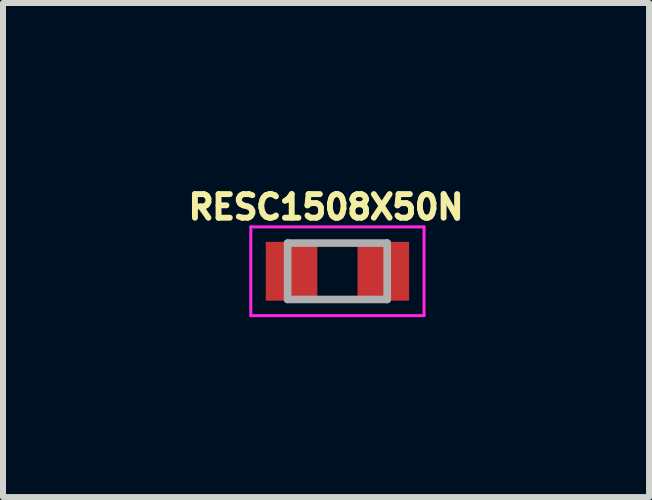
<source format=kicad_pcb>
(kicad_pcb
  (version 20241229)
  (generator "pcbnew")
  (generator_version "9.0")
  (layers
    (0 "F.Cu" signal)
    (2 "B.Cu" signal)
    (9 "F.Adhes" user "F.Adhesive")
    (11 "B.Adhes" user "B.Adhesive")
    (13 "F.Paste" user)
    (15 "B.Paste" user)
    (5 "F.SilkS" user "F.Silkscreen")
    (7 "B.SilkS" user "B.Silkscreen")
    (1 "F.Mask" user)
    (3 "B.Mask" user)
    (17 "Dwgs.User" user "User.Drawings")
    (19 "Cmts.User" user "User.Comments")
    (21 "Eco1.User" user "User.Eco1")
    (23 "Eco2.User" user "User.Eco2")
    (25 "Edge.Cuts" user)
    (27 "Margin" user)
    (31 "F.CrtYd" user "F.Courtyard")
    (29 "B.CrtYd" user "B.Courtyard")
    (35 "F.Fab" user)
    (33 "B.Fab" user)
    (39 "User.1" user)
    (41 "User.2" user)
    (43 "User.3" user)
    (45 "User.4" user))
  (footprint "RESC1508X50N"
    (layer "F.Cu")
    (at 2.576 1.473)
    (property "Reference" "RESC1508X50N" (at -0.19 -1.07 0) (layer "F.SilkS") (effects (font (size 0.394 0.394) (thickness 0.15))))
    (attr smd)
    (fp_line (start -1.444 -0.74) (end 1.444 -0.74) (stroke (width 0.05) (type solid)) (layer "F.CrtYd"))
    (fp_line (start -1.444 0.74) (end -1.444 -0.74) (stroke (width 0.05) (type solid)) (layer "F.CrtYd"))
    (fp_line (start -1.444 0.74) (end 1.444 0.74) (stroke (width 0.05) (type solid)) (layer "F.CrtYd"))
    (fp_line (start 1.444 0.74) (end 1.444 -0.74) (stroke (width 0.05) (type solid)) (layer "F.CrtYd"))
    (fp_line (start -0.83 0.47) (end -0.83 -0.47) (stroke (width 0.127) (type solid)) (layer "F.Fab"))
    (fp_line (start 0.83 -0.47) (end -0.83 -0.47) (stroke (width 0.127) (type solid)) (layer "F.Fab"))
    (fp_line (start 0.83 0.47) (end -0.83 0.47) (stroke (width 0.127) (type solid)) (layer "F.Fab"))
    (fp_line (start 0.83 0.47) (end 0.83 -0.47) (stroke (width 0.127) (type solid)) (layer "F.Fab"))
    (pad "1" smd rect (at -0.765 0) (size 0.86 0.98) (layers "F.Cu" "F.Mask" "F.Paste"))
    (pad "2" smd rect (at 0.765 0) (size 0.86 0.98) (layers "F.Cu" "F.Mask" "F.Paste")))
  (gr_rect
    (start -3 -3)
    (end 7.772 5.238)
    (stroke (width 0.1) (type default))
    (fill no)
    (layer "Edge.Cuts")))
</source>
